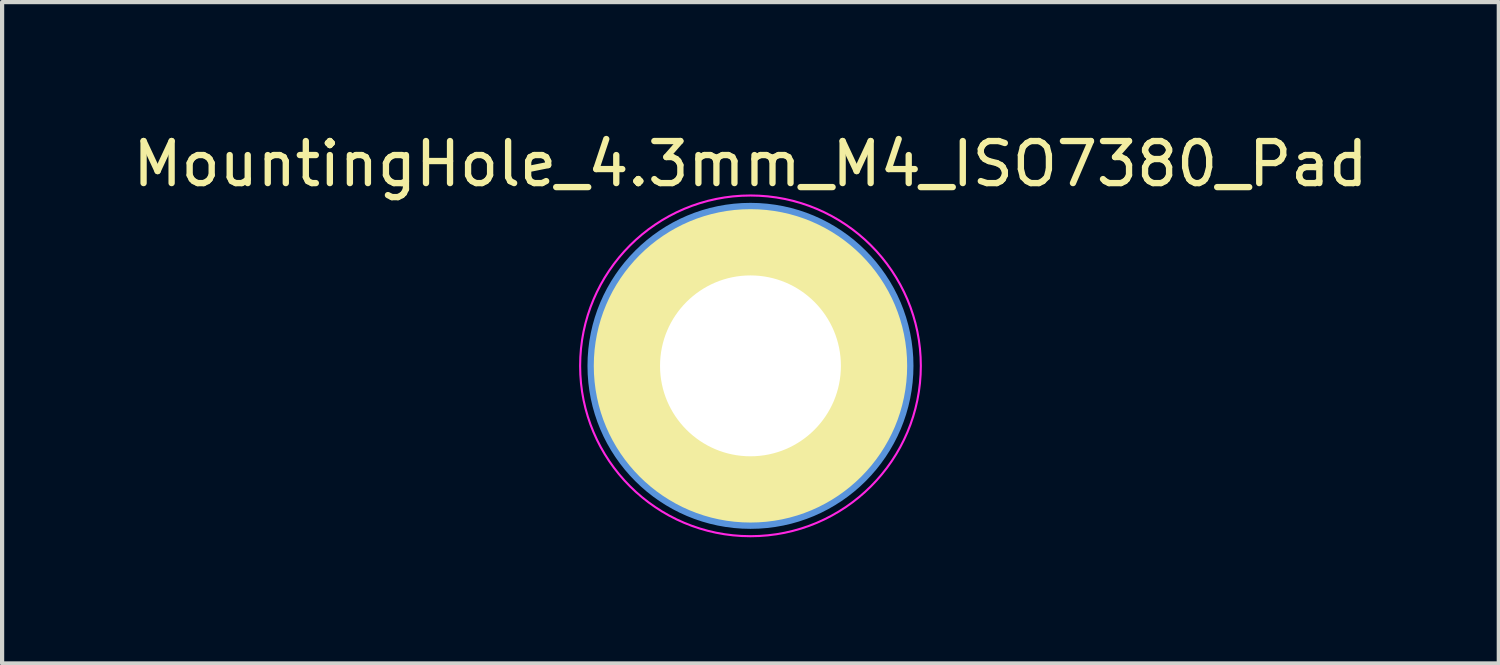
<source format=kicad_pcb>
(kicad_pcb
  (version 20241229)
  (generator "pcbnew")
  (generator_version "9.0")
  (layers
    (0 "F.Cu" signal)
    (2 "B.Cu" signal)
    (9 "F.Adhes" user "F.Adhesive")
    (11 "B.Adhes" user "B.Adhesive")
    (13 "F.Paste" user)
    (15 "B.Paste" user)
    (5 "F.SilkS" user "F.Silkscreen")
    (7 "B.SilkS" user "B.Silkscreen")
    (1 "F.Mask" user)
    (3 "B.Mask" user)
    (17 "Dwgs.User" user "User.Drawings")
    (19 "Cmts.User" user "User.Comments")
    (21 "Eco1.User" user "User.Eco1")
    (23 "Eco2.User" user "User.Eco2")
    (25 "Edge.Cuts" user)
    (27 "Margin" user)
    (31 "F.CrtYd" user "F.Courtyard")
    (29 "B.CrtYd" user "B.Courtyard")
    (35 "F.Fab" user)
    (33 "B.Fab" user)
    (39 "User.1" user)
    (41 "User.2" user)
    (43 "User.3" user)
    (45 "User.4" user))
  (footprint "MountingHole_4.3mm_M4_ISO7380_Pad"
    (layer "F.Cu")
    (at 14.792 5.648)
    (property "Reference" "MountingHole_4.3mm_M4_ISO7380_Pad" (at 0 -4.8 0) (layer "F.SilkS") (effects (font (size 1 1) (thickness 0.15))))
    (attr through_hole)
    (fp_circle (center 0 0) (end 3.8 0) (stroke (width 0.15) (type solid)) (fill no) (layer "Cmts.User"))
    (fp_circle (center 0 0) (end 4.05 0) (stroke (width 0.05) (type solid)) (fill no) (layer "F.CrtYd"))
    (pad "1" thru_hole circle (at 0 0) (size 7.6 7.6) (drill 4.3) (layers "*.Cu" "*.Mask" "F.SilkS")))
  (gr_rect
    (start -3 -3)
    (end 32.583 12.723)
    (stroke (width 0.1) (type default))
    (fill no)
    (layer "Edge.Cuts")))
</source>
